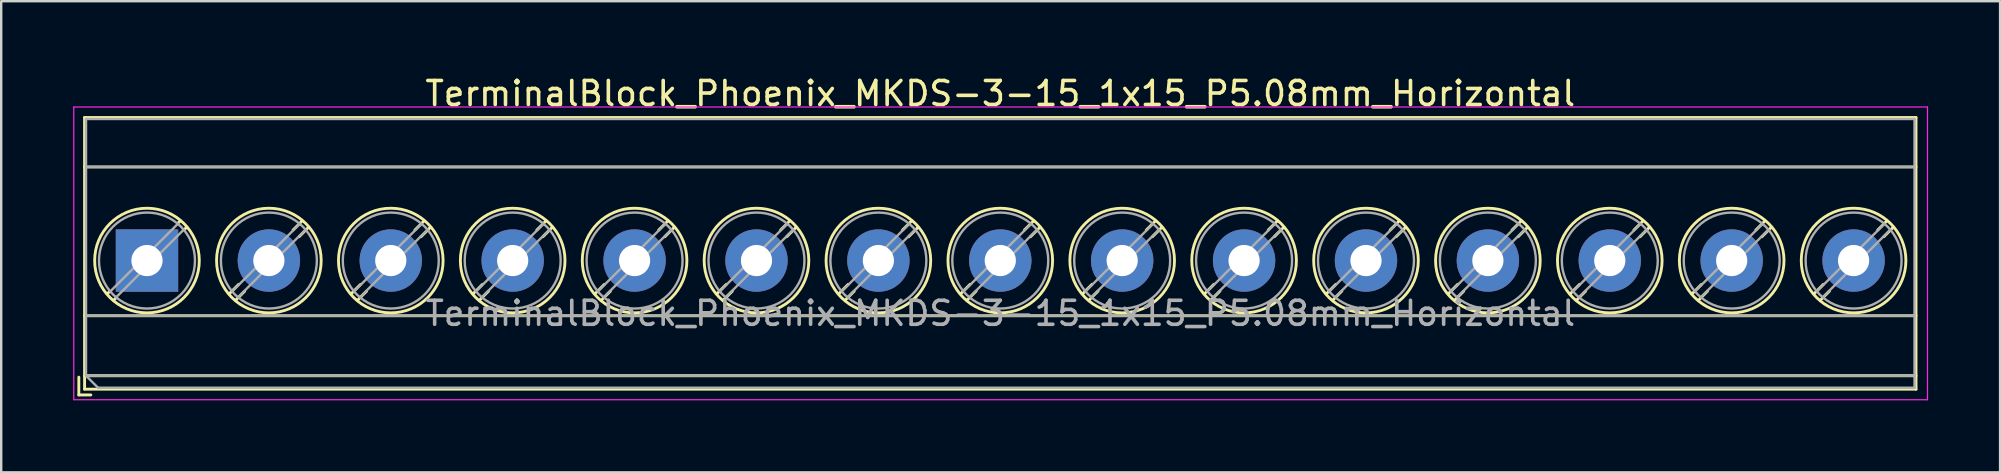
<source format=kicad_pcb>
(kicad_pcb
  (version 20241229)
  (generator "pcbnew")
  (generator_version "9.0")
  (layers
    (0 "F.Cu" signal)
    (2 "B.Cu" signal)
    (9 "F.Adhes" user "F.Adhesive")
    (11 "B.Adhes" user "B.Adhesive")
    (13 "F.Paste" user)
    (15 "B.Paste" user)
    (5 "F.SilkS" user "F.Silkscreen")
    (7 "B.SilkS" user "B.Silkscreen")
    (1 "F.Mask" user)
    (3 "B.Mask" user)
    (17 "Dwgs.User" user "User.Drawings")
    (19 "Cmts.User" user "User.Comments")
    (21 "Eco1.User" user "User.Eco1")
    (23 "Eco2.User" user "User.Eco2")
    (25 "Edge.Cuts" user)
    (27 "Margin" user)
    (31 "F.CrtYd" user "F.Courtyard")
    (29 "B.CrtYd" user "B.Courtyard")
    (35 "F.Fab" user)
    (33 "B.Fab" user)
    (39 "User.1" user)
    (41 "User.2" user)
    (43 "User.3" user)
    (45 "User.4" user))
  (footprint "TerminalBlock_Phoenix_MKDS-3-15_1x15_P5.08mm_Horizontal"
    (layer "F.Cu")
    (at 3.075 7.808)
    (property "Reference" "TerminalBlock_Phoenix_MKDS-3-15_1x15_P5.08mm_Horizontal" (at 35.56 -6.96 0) (layer "F.SilkS") (effects (font (size 1 1) (thickness 0.15))))
    (attr through_hole)
    (fp_line (start -2.84 4.86) (end -2.84 5.6) (stroke (width 0.12) (type solid)) (layer "F.SilkS"))
    (fp_line (start -2.84 5.6) (end -2.34 5.6) (stroke (width 0.12) (type solid)) (layer "F.SilkS"))
    (fp_line (start -2.6 -5.96) (end -2.6 5.36) (stroke (width 0.12) (type solid)) (layer "F.SilkS"))
    (fp_line (start -2.6 -5.96) (end 73.721 -5.96) (stroke (width 0.12) (type solid)) (layer "F.SilkS"))
    (fp_line (start -2.6 -3.9) (end 73.721 -3.9) (stroke (width 0.12) (type solid)) (layer "F.SilkS"))
    (fp_line (start -2.6 2.3) (end 73.721 2.3) (stroke (width 0.12) (type solid)) (layer "F.SilkS"))
    (fp_line (start -2.6 4.8) (end 73.721 4.8) (stroke (width 0.12) (type solid)) (layer "F.SilkS"))
    (fp_line (start -2.6 5.36) (end 73.721 5.36) (stroke (width 0.12) (type solid)) (layer "F.SilkS"))
    (fp_line (start -1.548 1.281) (end -1.654 1.388) (stroke (width 0.12) (type solid)) (layer "F.SilkS"))
    (fp_line (start -1.282 1.547) (end -1.388 1.654) (stroke (width 0.12) (type solid)) (layer "F.SilkS"))
    (fp_line (start 1.388 -1.654) (end 1.281 -1.547) (stroke (width 0.12) (type solid)) (layer "F.SilkS"))
    (fp_line (start 1.654 -1.388) (end 1.547 -1.281) (stroke (width 0.12) (type solid)) (layer "F.SilkS"))
    (fp_line (start 3.822 0.992) (end 3.427 1.388) (stroke (width 0.12) (type solid)) (layer "F.SilkS"))
    (fp_line (start 4.073 1.274) (end 3.693 1.654) (stroke (width 0.12) (type solid)) (layer "F.SilkS"))
    (fp_line (start 6.468 -1.654) (end 6.088 -1.274) (stroke (width 0.12) (type solid)) (layer "F.SilkS"))
    (fp_line (start 6.734 -1.388) (end 6.339 -0.992) (stroke (width 0.12) (type solid)) (layer "F.SilkS"))
    (fp_line (start 8.902 0.992) (end 8.507 1.388) (stroke (width 0.12) (type solid)) (layer "F.SilkS"))
    (fp_line (start 9.153 1.274) (end 8.773 1.654) (stroke (width 0.12) (type solid)) (layer "F.SilkS"))
    (fp_line (start 11.548 -1.654) (end 11.168 -1.274) (stroke (width 0.12) (type solid)) (layer "F.SilkS"))
    (fp_line (start 11.814 -1.388) (end 11.419 -0.992) (stroke (width 0.12) (type solid)) (layer "F.SilkS"))
    (fp_line (start 13.982 0.992) (end 13.587 1.388) (stroke (width 0.12) (type solid)) (layer "F.SilkS"))
    (fp_line (start 14.233 1.274) (end 13.853 1.654) (stroke (width 0.12) (type solid)) (layer "F.SilkS"))
    (fp_line (start 16.628 -1.654) (end 16.248 -1.274) (stroke (width 0.12) (type solid)) (layer "F.SilkS"))
    (fp_line (start 16.894 -1.388) (end 16.499 -0.992) (stroke (width 0.12) (type solid)) (layer "F.SilkS"))
    (fp_line (start 19.062 0.992) (end 18.667 1.388) (stroke (width 0.12) (type solid)) (layer "F.SilkS"))
    (fp_line (start 19.313 1.274) (end 18.933 1.654) (stroke (width 0.12) (type solid)) (layer "F.SilkS"))
    (fp_line (start 21.708 -1.654) (end 21.328 -1.274) (stroke (width 0.12) (type solid)) (layer "F.SilkS"))
    (fp_line (start 21.974 -1.388) (end 21.579 -0.992) (stroke (width 0.12) (type solid)) (layer "F.SilkS"))
    (fp_line (start 24.142 0.992) (end 23.747 1.388) (stroke (width 0.12) (type solid)) (layer "F.SilkS"))
    (fp_line (start 24.393 1.274) (end 24.013 1.654) (stroke (width 0.12) (type solid)) (layer "F.SilkS"))
    (fp_line (start 26.788 -1.654) (end 26.408 -1.274) (stroke (width 0.12) (type solid)) (layer "F.SilkS"))
    (fp_line (start 27.054 -1.388) (end 26.659 -0.992) (stroke (width 0.12) (type solid)) (layer "F.SilkS"))
    (fp_line (start 29.222 0.992) (end 28.827 1.388) (stroke (width 0.12) (type solid)) (layer "F.SilkS"))
    (fp_line (start 29.473 1.274) (end 29.093 1.654) (stroke (width 0.12) (type solid)) (layer "F.SilkS"))
    (fp_line (start 31.868 -1.654) (end 31.488 -1.274) (stroke (width 0.12) (type solid)) (layer "F.SilkS"))
    (fp_line (start 32.134 -1.388) (end 31.739 -0.992) (stroke (width 0.12) (type solid)) (layer "F.SilkS"))
    (fp_line (start 34.302 0.992) (end 33.907 1.388) (stroke (width 0.12) (type solid)) (layer "F.SilkS"))
    (fp_line (start 34.553 1.274) (end 34.173 1.654) (stroke (width 0.12) (type solid)) (layer "F.SilkS"))
    (fp_line (start 36.948 -1.654) (end 36.568 -1.274) (stroke (width 0.12) (type solid)) (layer "F.SilkS"))
    (fp_line (start 37.214 -1.388) (end 36.819 -0.992) (stroke (width 0.12) (type solid)) (layer "F.SilkS"))
    (fp_line (start 39.382 0.992) (end 38.987 1.388) (stroke (width 0.12) (type solid)) (layer "F.SilkS"))
    (fp_line (start 39.633 1.274) (end 39.253 1.654) (stroke (width 0.12) (type solid)) (layer "F.SilkS"))
    (fp_line (start 42.028 -1.654) (end 41.648 -1.274) (stroke (width 0.12) (type solid)) (layer "F.SilkS"))
    (fp_line (start 42.294 -1.388) (end 41.899 -0.992) (stroke (width 0.12) (type solid)) (layer "F.SilkS"))
    (fp_line (start 44.462 0.992) (end 44.067 1.388) (stroke (width 0.12) (type solid)) (layer "F.SilkS"))
    (fp_line (start 44.713 1.274) (end 44.333 1.654) (stroke (width 0.12) (type solid)) (layer "F.SilkS"))
    (fp_line (start 47.108 -1.654) (end 46.728 -1.274) (stroke (width 0.12) (type solid)) (layer "F.SilkS"))
    (fp_line (start 47.374 -1.388) (end 46.979 -0.992) (stroke (width 0.12) (type solid)) (layer "F.SilkS"))
    (fp_line (start 49.542 0.992) (end 49.147 1.388) (stroke (width 0.12) (type solid)) (layer "F.SilkS"))
    (fp_line (start 49.793 1.274) (end 49.413 1.654) (stroke (width 0.12) (type solid)) (layer "F.SilkS"))
    (fp_line (start 52.188 -1.654) (end 51.808 -1.274) (stroke (width 0.12) (type solid)) (layer "F.SilkS"))
    (fp_line (start 52.454 -1.388) (end 52.059 -0.992) (stroke (width 0.12) (type solid)) (layer "F.SilkS"))
    (fp_line (start 54.622 0.992) (end 54.227 1.388) (stroke (width 0.12) (type solid)) (layer "F.SilkS"))
    (fp_line (start 54.873 1.274) (end 54.493 1.654) (stroke (width 0.12) (type solid)) (layer "F.SilkS"))
    (fp_line (start 57.268 -1.654) (end 56.888 -1.274) (stroke (width 0.12) (type solid)) (layer "F.SilkS"))
    (fp_line (start 57.534 -1.388) (end 57.139 -0.992) (stroke (width 0.12) (type solid)) (layer "F.SilkS"))
    (fp_line (start 59.702 0.992) (end 59.307 1.388) (stroke (width 0.12) (type solid)) (layer "F.SilkS"))
    (fp_line (start 59.953 1.274) (end 59.573 1.654) (stroke (width 0.12) (type solid)) (layer "F.SilkS"))
    (fp_line (start 62.348 -1.654) (end 61.968 -1.274) (stroke (width 0.12) (type solid)) (layer "F.SilkS"))
    (fp_line (start 62.614 -1.388) (end 62.219 -0.992) (stroke (width 0.12) (type solid)) (layer "F.SilkS"))
    (fp_line (start 64.782 0.992) (end 64.387 1.388) (stroke (width 0.12) (type solid)) (layer "F.SilkS"))
    (fp_line (start 65.033 1.274) (end 64.653 1.654) (stroke (width 0.12) (type solid)) (layer "F.SilkS"))
    (fp_line (start 67.428 -1.654) (end 67.048 -1.274) (stroke (width 0.12) (type solid)) (layer "F.SilkS"))
    (fp_line (start 67.694 -1.388) (end 67.299 -0.992) (stroke (width 0.12) (type solid)) (layer "F.SilkS"))
    (fp_line (start 69.862 0.992) (end 69.467 1.388) (stroke (width 0.12) (type solid)) (layer "F.SilkS"))
    (fp_line (start 70.113 1.274) (end 69.733 1.654) (stroke (width 0.12) (type solid)) (layer "F.SilkS"))
    (fp_line (start 72.508 -1.654) (end 72.128 -1.274) (stroke (width 0.12) (type solid)) (layer "F.SilkS"))
    (fp_line (start 72.774 -1.388) (end 72.379 -0.992) (stroke (width 0.12) (type solid)) (layer "F.SilkS"))
    (fp_line (start 73.721 -5.96) (end 73.721 5.36) (stroke (width 0.12) (type solid)) (layer "F.SilkS"))
    (fp_circle (center 0 0) (end 2.18 0) (stroke (width 0.12) (type solid)) (fill no) (layer "F.SilkS"))
    (fp_circle (center 5.08 0) (end 7.26 0) (stroke (width 0.12) (type solid)) (fill no) (layer "F.SilkS"))
    (fp_circle (center 10.16 0) (end 12.34 0) (stroke (width 0.12) (type solid)) (fill no) (layer "F.SilkS"))
    (fp_circle (center 15.24 0) (end 17.42 0) (stroke (width 0.12) (type solid)) (fill no) (layer "F.SilkS"))
    (fp_circle (center 20.32 0) (end 22.5 0) (stroke (width 0.12) (type solid)) (fill no) (layer "F.SilkS"))
    (fp_circle (center 25.4 0) (end 27.58 0) (stroke (width 0.12) (type solid)) (fill no) (layer "F.SilkS"))
    (fp_circle (center 30.48 0) (end 32.66 0) (stroke (width 0.12) (type solid)) (fill no) (layer "F.SilkS"))
    (fp_circle (center 35.56 0) (end 37.74 0) (stroke (width 0.12) (type solid)) (fill no) (layer "F.SilkS"))
    (fp_circle (center 40.64 0) (end 42.82 0) (stroke (width 0.12) (type solid)) (fill no) (layer "F.SilkS"))
    (fp_circle (center 45.72 0) (end 47.9 0) (stroke (width 0.12) (type solid)) (fill no) (layer "F.SilkS"))
    (fp_circle (center 50.8 0) (end 52.98 0) (stroke (width 0.12) (type solid)) (fill no) (layer "F.SilkS"))
    (fp_circle (center 55.88 0) (end 58.06 0) (stroke (width 0.12) (type solid)) (fill no) (layer "F.SilkS"))
    (fp_circle (center 60.96 0) (end 63.14 0) (stroke (width 0.12) (type solid)) (fill no) (layer "F.SilkS"))
    (fp_circle (center 66.04 0) (end 68.22 0) (stroke (width 0.12) (type solid)) (fill no) (layer "F.SilkS"))
    (fp_circle (center 71.12 0) (end 73.3 0) (stroke (width 0.12) (type solid)) (fill no) (layer "F.SilkS"))
    (fp_line (start -3.05 -6.4) (end -3.05 5.8) (stroke (width 0.05) (type solid)) (layer "F.CrtYd"))
    (fp_line (start -3.05 5.8) (end 74.2 5.8) (stroke (width 0.05) (type solid)) (layer "F.CrtYd"))
    (fp_line (start 74.2 -6.4) (end -3.05 -6.4) (stroke (width 0.05) (type solid)) (layer "F.CrtYd"))
    (fp_line (start 74.2 5.8) (end 74.2 -6.4) (stroke (width 0.05) (type solid)) (layer "F.CrtYd"))
    (fp_line (start -2.54 -5.9) (end 73.66 -5.9) (stroke (width 0.1) (type solid)) (layer "F.Fab"))
    (fp_line (start -2.54 -3.9) (end 73.66 -3.9) (stroke (width 0.1) (type solid)) (layer "F.Fab"))
    (fp_line (start -2.54 2.3) (end 73.66 2.3) (stroke (width 0.1) (type solid)) (layer "F.Fab"))
    (fp_line (start -2.54 4.8) (end -2.54 -5.9) (stroke (width 0.1) (type solid)) (layer "F.Fab"))
    (fp_line (start -2.54 4.8) (end 73.66 4.8) (stroke (width 0.1) (type solid)) (layer "F.Fab"))
    (fp_line (start -2.04 5.3) (end -2.54 4.8) (stroke (width 0.1) (type solid)) (layer "F.Fab"))
    (fp_line (start 1.273 -1.517) (end -1.517 1.273) (stroke (width 0.1) (type solid)) (layer "F.Fab"))
    (fp_line (start 1.517 -1.273) (end -1.273 1.517) (stroke (width 0.1) (type solid)) (layer "F.Fab"))
    (fp_line (start 6.353 -1.517) (end 3.564 1.273) (stroke (width 0.1) (type solid)) (layer "F.Fab"))
    (fp_line (start 6.597 -1.273) (end 3.808 1.517) (stroke (width 0.1) (type solid)) (layer "F.Fab"))
    (fp_line (start 11.433 -1.517) (end 8.644 1.273) (stroke (width 0.1) (type solid)) (layer "F.Fab"))
    (fp_line (start 11.677 -1.273) (end 8.888 1.517) (stroke (width 0.1) (type solid)) (layer "F.Fab"))
    (fp_line (start 16.513 -1.517) (end 13.724 1.273) (stroke (width 0.1) (type solid)) (layer "F.Fab"))
    (fp_line (start 16.757 -1.273) (end 13.968 1.517) (stroke (width 0.1) (type solid)) (layer "F.Fab"))
    (fp_line (start 21.593 -1.517) (end 18.804 1.273) (stroke (width 0.1) (type solid)) (layer "F.Fab"))
    (fp_line (start 21.837 -1.273) (end 19.048 1.517) (stroke (width 0.1) (type solid)) (layer "F.Fab"))
    (fp_line (start 26.673 -1.517) (end 23.884 1.273) (stroke (width 0.1) (type solid)) (layer "F.Fab"))
    (fp_line (start 26.917 -1.273) (end 24.128 1.517) (stroke (width 0.1) (type solid)) (layer "F.Fab"))
    (fp_line (start 31.753 -1.517) (end 28.964 1.273) (stroke (width 0.1) (type solid)) (layer "F.Fab"))
    (fp_line (start 31.997 -1.273) (end 29.208 1.517) (stroke (width 0.1) (type solid)) (layer "F.Fab"))
    (fp_line (start 36.833 -1.517) (end 34.044 1.273) (stroke (width 0.1) (type solid)) (layer "F.Fab"))
    (fp_line (start 37.077 -1.273) (end 34.288 1.517) (stroke (width 0.1) (type solid)) (layer "F.Fab"))
    (fp_line (start 41.913 -1.517) (end 39.124 1.273) (stroke (width 0.1) (type solid)) (layer "F.Fab"))
    (fp_line (start 42.157 -1.273) (end 39.368 1.517) (stroke (width 0.1) (type solid)) (layer "F.Fab"))
    (fp_line (start 46.993 -1.517) (end 44.204 1.273) (stroke (width 0.1) (type solid)) (layer "F.Fab"))
    (fp_line (start 47.237 -1.273) (end 44.448 1.517) (stroke (width 0.1) (type solid)) (layer "F.Fab"))
    (fp_line (start 52.073 -1.517) (end 49.284 1.273) (stroke (width 0.1) (type solid)) (layer "F.Fab"))
    (fp_line (start 52.317 -1.273) (end 49.528 1.517) (stroke (width 0.1) (type solid)) (layer "F.Fab"))
    (fp_line (start 57.153 -1.517) (end 54.364 1.273) (stroke (width 0.1) (type solid)) (layer "F.Fab"))
    (fp_line (start 57.397 -1.273) (end 54.608 1.517) (stroke (width 0.1) (type solid)) (layer "F.Fab"))
    (fp_line (start 62.233 -1.517) (end 59.444 1.273) (stroke (width 0.1) (type solid)) (layer "F.Fab"))
    (fp_line (start 62.477 -1.273) (end 59.688 1.517) (stroke (width 0.1) (type solid)) (layer "F.Fab"))
    (fp_line (start 67.313 -1.517) (end 64.524 1.273) (stroke (width 0.1) (type solid)) (layer "F.Fab"))
    (fp_line (start 67.557 -1.273) (end 64.768 1.517) (stroke (width 0.1) (type solid)) (layer "F.Fab"))
    (fp_line (start 72.393 -1.517) (end 69.604 1.273) (stroke (width 0.1) (type solid)) (layer "F.Fab"))
    (fp_line (start 72.637 -1.273) (end 69.848 1.517) (stroke (width 0.1) (type solid)) (layer "F.Fab"))
    (fp_line (start 73.66 -5.9) (end 73.66 5.3) (stroke (width 0.1) (type solid)) (layer "F.Fab"))
    (fp_line (start 73.66 5.3) (end -2.04 5.3) (stroke (width 0.1) (type solid)) (layer "F.Fab"))
    (fp_circle (center 0 0) (end 2 0) (stroke (width 0.1) (type solid)) (fill no) (layer "F.Fab"))
    (fp_circle (center 5.08 0) (end 7.08 0) (stroke (width 0.1) (type solid)) (fill no) (layer "F.Fab"))
    (fp_circle (center 10.16 0) (end 12.16 0) (stroke (width 0.1) (type solid)) (fill no) (layer "F.Fab"))
    (fp_circle (center 15.24 0) (end 17.24 0) (stroke (width 0.1) (type solid)) (fill no) (layer "F.Fab"))
    (fp_circle (center 20.32 0) (end 22.32 0) (stroke (width 0.1) (type solid)) (fill no) (layer "F.Fab"))
    (fp_circle (center 25.4 0) (end 27.4 0) (stroke (width 0.1) (type solid)) (fill no) (layer "F.Fab"))
    (fp_circle (center 30.48 0) (end 32.48 0) (stroke (width 0.1) (type solid)) (fill no) (layer "F.Fab"))
    (fp_circle (center 35.56 0) (end 37.56 0) (stroke (width 0.1) (type solid)) (fill no) (layer "F.Fab"))
    (fp_circle (center 40.64 0) (end 42.64 0) (stroke (width 0.1) (type solid)) (fill no) (layer "F.Fab"))
    (fp_circle (center 45.72 0) (end 47.72 0) (stroke (width 0.1) (type solid)) (fill no) (layer "F.Fab"))
    (fp_circle (center 50.8 0) (end 52.8 0) (stroke (width 0.1) (type solid)) (fill no) (layer "F.Fab"))
    (fp_circle (center 55.88 0) (end 57.88 0) (stroke (width 0.1) (type solid)) (fill no) (layer "F.Fab"))
    (fp_circle (center 60.96 0) (end 62.96 0) (stroke (width 0.1) (type solid)) (fill no) (layer "F.Fab"))
    (fp_circle (center 66.04 0) (end 68.04 0) (stroke (width 0.1) (type solid)) (fill no) (layer "F.Fab"))
    (fp_circle (center 71.12 0) (end 73.12 0) (stroke (width 0.1) (type solid)) (fill no) (layer "F.Fab"))
    (fp_text user "${REFERENCE}" (at 35.56 2.2 0) (layer "F.Fab") (effects (font (size 1 1) (thickness 0.15))))
    (pad "1" thru_hole rect (at 0 0) (size 2.6 2.6) (drill 1.3) (layers "*.Cu" "*.Mask"))
    (pad "2" thru_hole circle (at 5.08 0) (size 2.6 2.6) (drill 1.3) (layers "*.Cu" "*.Mask"))
    (pad "3" thru_hole circle (at 10.16 0) (size 2.6 2.6) (drill 1.3) (layers "*.Cu" "*.Mask"))
    (pad "4" thru_hole circle (at 15.24 0) (size 2.6 2.6) (drill 1.3) (layers "*.Cu" "*.Mask"))
    (pad "5" thru_hole circle (at 20.32 0) (size 2.6 2.6) (drill 1.3) (layers "*.Cu" "*.Mask"))
    (pad "6" thru_hole circle (at 25.4 0) (size 2.6 2.6) (drill 1.3) (layers "*.Cu" "*.Mask"))
    (pad "7" thru_hole circle (at 30.48 0) (size 2.6 2.6) (drill 1.3) (layers "*.Cu" "*.Mask"))
    (pad "8" thru_hole circle (at 35.56 0) (size 2.6 2.6) (drill 1.3) (layers "*.Cu" "*.Mask"))
    (pad "9" thru_hole circle (at 40.64 0) (size 2.6 2.6) (drill 1.3) (layers "*.Cu" "*.Mask"))
    (pad "10" thru_hole circle (at 45.72 0) (size 2.6 2.6) (drill 1.3) (layers "*.Cu" "*.Mask"))
    (pad "11" thru_hole circle (at 50.8 0) (size 2.6 2.6) (drill 1.3) (layers "*.Cu" "*.Mask"))
    (pad "12" thru_hole circle (at 55.88 0) (size 2.6 2.6) (drill 1.3) (layers "*.Cu" "*.Mask"))
    (pad "13" thru_hole circle (at 60.96 0) (size 2.6 2.6) (drill 1.3) (layers "*.Cu" "*.Mask"))
    (pad "14" thru_hole circle (at 66.04 0) (size 2.6 2.6) (drill 1.3) (layers "*.Cu" "*.Mask"))
    (pad "15" thru_hole circle (at 71.12 0) (size 2.6 2.6) (drill 1.3) (layers "*.Cu" "*.Mask")))
  (gr_rect
    (start -3 -3)
    (end 80.3 16.633)
    (stroke (width 0.1) (type default))
    (fill no)
    (layer "Edge.Cuts")))
</source>
